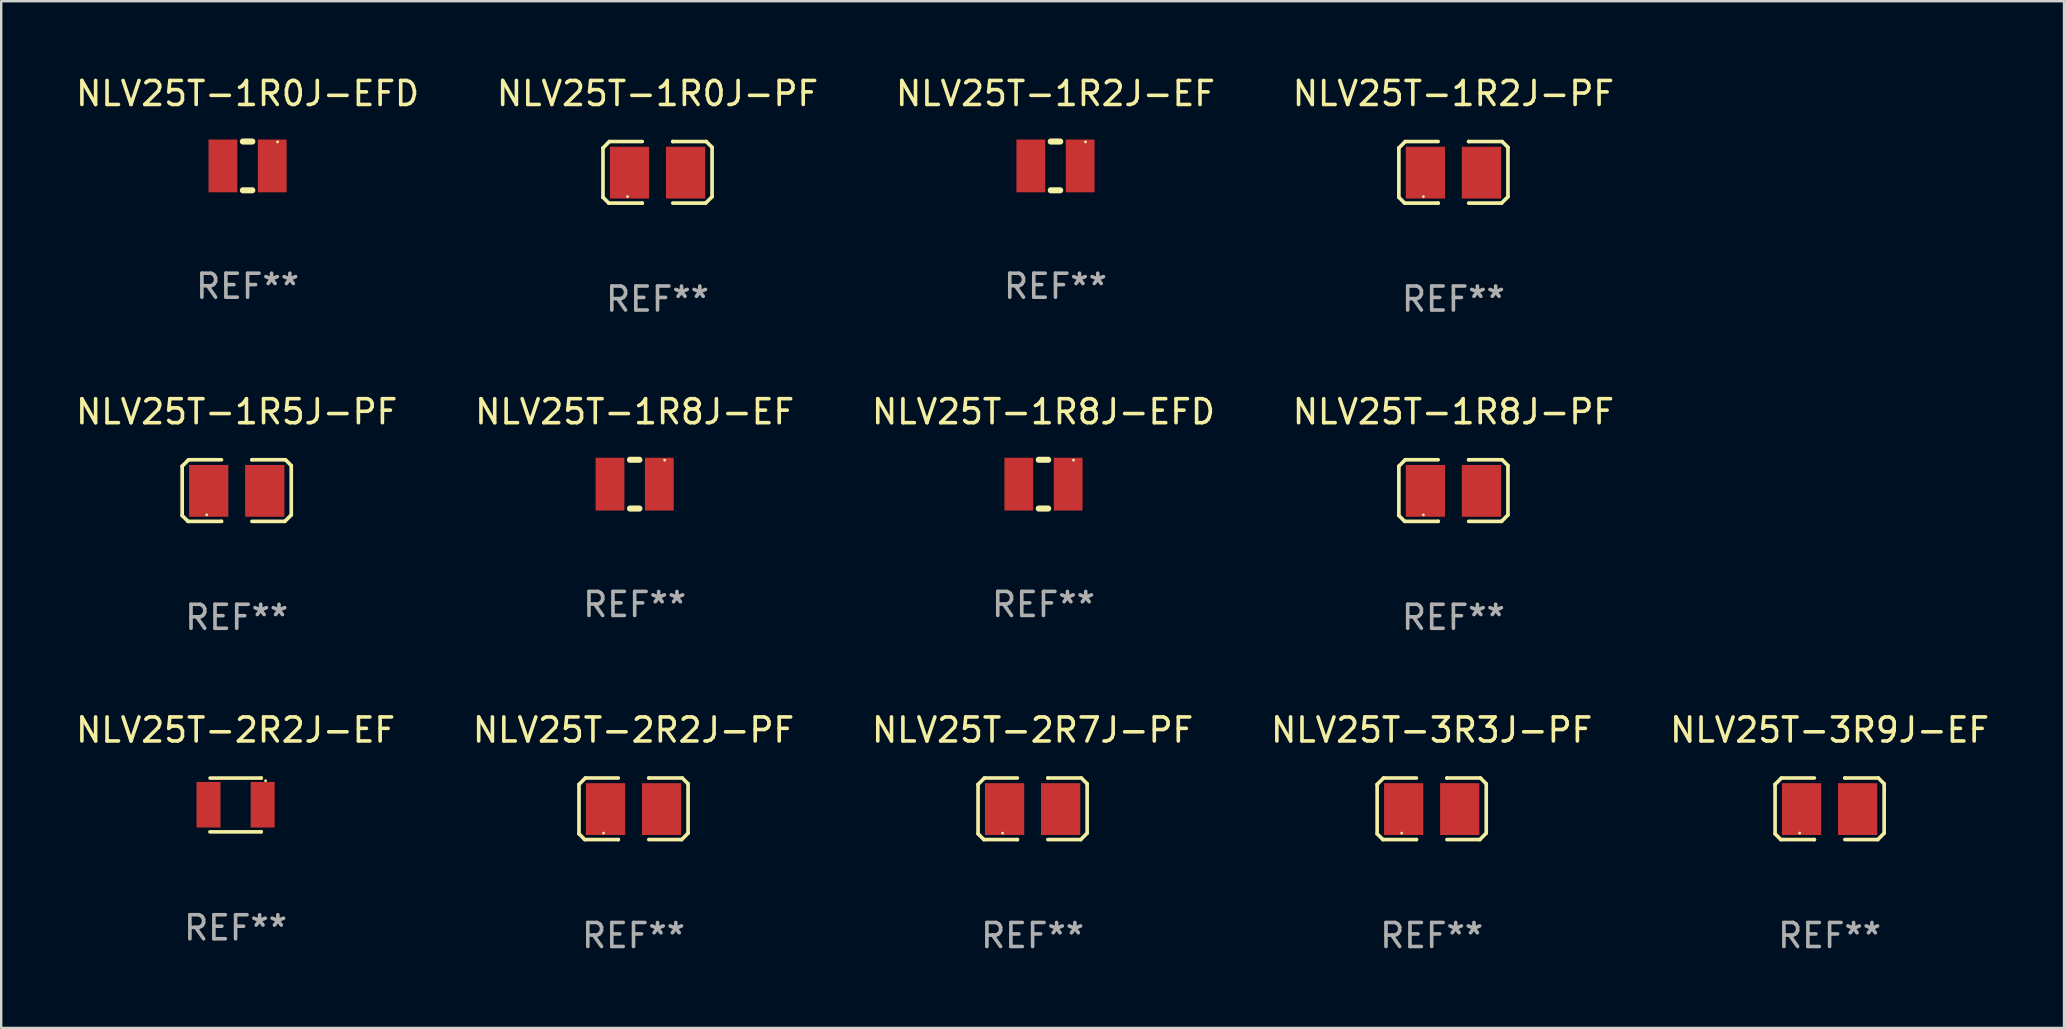
<source format=kicad_pcb>
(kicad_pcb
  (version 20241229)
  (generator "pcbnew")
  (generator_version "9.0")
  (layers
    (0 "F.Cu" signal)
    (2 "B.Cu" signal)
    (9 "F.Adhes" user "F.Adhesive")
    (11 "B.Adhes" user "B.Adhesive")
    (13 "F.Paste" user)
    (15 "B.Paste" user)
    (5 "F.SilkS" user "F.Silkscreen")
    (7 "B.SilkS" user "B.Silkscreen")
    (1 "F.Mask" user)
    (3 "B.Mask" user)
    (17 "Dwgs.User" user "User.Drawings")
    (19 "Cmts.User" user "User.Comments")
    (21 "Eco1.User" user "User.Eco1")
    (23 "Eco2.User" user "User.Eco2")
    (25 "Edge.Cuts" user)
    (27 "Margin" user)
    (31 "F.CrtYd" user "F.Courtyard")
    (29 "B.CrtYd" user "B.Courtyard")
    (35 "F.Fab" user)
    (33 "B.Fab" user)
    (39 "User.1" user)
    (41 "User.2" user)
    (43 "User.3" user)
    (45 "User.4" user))
  (footprint "NLV25T-1R0J-PF"
    (layer "F.Cu")
    (at 24.351 4.131)
    (property "Reference" "NLV25T-1R0J-PF" (at 0 -3.283 0) (layer "F.SilkS") (effects (font (size 1 1) (thickness 0.15))))
    (attr through_hole)
    (fp_line (start -2.273 -1.016) (end -2.007 -1.283) (stroke (width 0.152) (type solid)) (layer "F.SilkS"))
    (fp_line (start -2.273 1.041) (end -2.273 -1.016) (stroke (width 0.152) (type solid)) (layer "F.SilkS"))
    (fp_line (start -2.032 1.283) (end -2.273 1.041) (stroke (width 0.152) (type solid)) (layer "F.SilkS"))
    (fp_line (start -2.007 -1.283) (end -0.635 -1.283) (stroke (width 0.152) (type solid)) (layer "F.SilkS"))
    (fp_line (start -0.635 1.283) (end -2.032 1.283) (stroke (width 0.152) (type solid)) (layer "F.SilkS"))
    (fp_line (start -0.635 1.283) (end -0.635 1.283) (stroke (width 0.152) (type solid)) (layer "F.SilkS"))
    (fp_line (start 0.635 -1.283) (end 0.635 -1.283) (stroke (width 0.152) (type solid)) (layer "F.SilkS"))
    (fp_line (start 0.635 -1.283) (end 2.032 -1.283) (stroke (width 0.152) (type solid)) (layer "F.SilkS"))
    (fp_line (start 2.007 1.283) (end 0.635 1.283) (stroke (width 0.152) (type solid)) (layer "F.SilkS"))
    (fp_line (start 2.032 -1.283) (end 2.273 -1.041) (stroke (width 0.152) (type solid)) (layer "F.SilkS"))
    (fp_line (start 2.273 -1.041) (end 2.273 1.016) (stroke (width 0.152) (type solid)) (layer "F.SilkS"))
    (fp_line (start 2.273 1.016) (end 2.007 1.283) (stroke (width 0.152) (type solid)) (layer "F.SilkS"))
    (fp_circle (center -1.25 1.013) (end -1.22 1.013) (stroke (width 0.06) (type solid)) (fill no) (layer "F.SilkS"))
    (fp_text user "REF**" (at 0 5.283 0) (layer "F.Fab") (effects (font (size 1 1) (thickness 0.15))))
    (pad "1" smd rect (at -1.167 0.013) (size 1.635 2.16) (layers "F.Cu" "F.Mask" "F.Paste"))
    (pad "2" smd rect (at 1.168 0.013) (size 1.635 2.16) (layers "F.Cu" "F.Mask" "F.Paste")))
  (footprint "NLV25T-1R8J-EF"
    (layer "F.Cu")
    (at 23.399 17.126)
    (property "Reference" "NLV25T-1R8J-EF" (at 0 -3.016 0) (layer "F.SilkS") (effects (font (size 1 1) (thickness 0.15))))
    (attr through_hole)
    (fp_line (start -0.197 1.016) (end 0.197 1.016) (stroke (width 0.254) (type solid)) (layer "F.SilkS"))
    (fp_line (start 0.197 -1.016) (end -0.197 -1.016) (stroke (width 0.254) (type solid)) (layer "F.SilkS"))
    (fp_circle (center 1.25 -1) (end 1.28 -1) (stroke (width 0.06) (type solid)) (fill no) (layer "F.SilkS"))
    (fp_text user "REF**" (at 0 5.016 0) (layer "F.Fab") (effects (font (size 1 1) (thickness 0.15))))
    (pad "1" smd rect (at 1.028 0) (size 1.2 2.2) (layers "F.Cu" "F.Mask" "F.Paste"))
    (pad "2" smd rect (at -1.028 0) (size 1.2 2.2) (layers "F.Cu" "F.Mask" "F.Paste")))
  (footprint "NLV25T-1R0J-EFD"
    (layer "F.Cu")
    (at 7.268 3.864)
    (property "Reference" "NLV25T-1R0J-EFD" (at 0 -3.016 0) (layer "F.SilkS") (effects (font (size 1 1) (thickness 0.15))))
    (attr through_hole)
    (fp_line (start -0.197 1.016) (end 0.197 1.016) (stroke (width 0.254) (type solid)) (layer "F.SilkS"))
    (fp_line (start 0.197 -1.016) (end -0.197 -1.016) (stroke (width 0.254) (type solid)) (layer "F.SilkS"))
    (fp_circle (center 1.25 -1) (end 1.28 -1) (stroke (width 0.06) (type solid)) (fill no) (layer "F.SilkS"))
    (fp_text user "REF**" (at 0 5.016 0) (layer "F.Fab") (effects (font (size 1 1) (thickness 0.15))))
    (pad "1" smd rect (at 1.028 0) (size 1.2 2.2) (layers "F.Cu" "F.Mask" "F.Paste"))
    (pad "2" smd rect (at -1.028 0) (size 1.2 2.2) (layers "F.Cu" "F.Mask" "F.Paste")))
  (footprint "NLV25T-3R3J-PF"
    (layer "F.Cu")
    (at 56.613 30.655)
    (property "Reference" "NLV25T-3R3J-PF" (at 0 -3.283 0) (layer "F.SilkS") (effects (font (size 1 1) (thickness 0.15))))
    (attr through_hole)
    (fp_line (start -2.273 -1.016) (end -2.007 -1.283) (stroke (width 0.152) (type solid)) (layer "F.SilkS"))
    (fp_line (start -2.273 1.041) (end -2.273 -1.016) (stroke (width 0.152) (type solid)) (layer "F.SilkS"))
    (fp_line (start -2.032 1.283) (end -2.273 1.041) (stroke (width 0.152) (type solid)) (layer "F.SilkS"))
    (fp_line (start -2.007 -1.283) (end -0.635 -1.283) (stroke (width 0.152) (type solid)) (layer "F.SilkS"))
    (fp_line (start -0.635 1.283) (end -2.032 1.283) (stroke (width 0.152) (type solid)) (layer "F.SilkS"))
    (fp_line (start -0.635 1.283) (end -0.635 1.283) (stroke (width 0.152) (type solid)) (layer "F.SilkS"))
    (fp_line (start 0.635 -1.283) (end 0.635 -1.283) (stroke (width 0.152) (type solid)) (layer "F.SilkS"))
    (fp_line (start 0.635 -1.283) (end 2.032 -1.283) (stroke (width 0.152) (type solid)) (layer "F.SilkS"))
    (fp_line (start 2.007 1.283) (end 0.635 1.283) (stroke (width 0.152) (type solid)) (layer "F.SilkS"))
    (fp_line (start 2.032 -1.283) (end 2.273 -1.041) (stroke (width 0.152) (type solid)) (layer "F.SilkS"))
    (fp_line (start 2.273 -1.041) (end 2.273 1.016) (stroke (width 0.152) (type solid)) (layer "F.SilkS"))
    (fp_line (start 2.273 1.016) (end 2.007 1.283) (stroke (width 0.152) (type solid)) (layer "F.SilkS"))
    (fp_circle (center -1.25 1.013) (end -1.22 1.013) (stroke (width 0.06) (type solid)) (fill no) (layer "F.SilkS"))
    (fp_text user "REF**" (at 0 5.283 0) (layer "F.Fab") (effects (font (size 1 1) (thickness 0.15))))
    (pad "1" smd rect (at -1.167 0.013) (size 1.635 2.16) (layers "F.Cu" "F.Mask" "F.Paste"))
    (pad "2" smd rect (at 1.168 0.013) (size 1.635 2.16) (layers "F.Cu" "F.Mask" "F.Paste")))
  (footprint "NLV25T-1R8J-EFD"
    (layer "F.Cu")
    (at 40.435 17.126)
    (property "Reference" "NLV25T-1R8J-EFD" (at 0 -3.016 0) (layer "F.SilkS") (effects (font (size 1 1) (thickness 0.15))))
    (attr through_hole)
    (fp_line (start -0.197 1.016) (end 0.197 1.016) (stroke (width 0.254) (type solid)) (layer "F.SilkS"))
    (fp_line (start 0.197 -1.016) (end -0.197 -1.016) (stroke (width 0.254) (type solid)) (layer "F.SilkS"))
    (fp_circle (center 1.25 -1) (end 1.28 -1) (stroke (width 0.06) (type solid)) (fill no) (layer "F.SilkS"))
    (fp_text user "REF**" (at 0 5.016 0) (layer "F.Fab") (effects (font (size 1 1) (thickness 0.15))))
    (pad "1" smd rect (at 1.028 0) (size 1.2 2.2) (layers "F.Cu" "F.Mask" "F.Paste"))
    (pad "2" smd rect (at -1.028 0) (size 1.2 2.2) (layers "F.Cu" "F.Mask" "F.Paste")))
  (footprint "NLV25T-3R9J-EF"
    (layer "F.Cu")
    (at 73.196 30.655)
    (property "Reference" "NLV25T-3R9J-EF" (at 0 -3.283 0) (layer "F.SilkS") (effects (font (size 1 1) (thickness 0.15))))
    (attr through_hole)
    (fp_line (start -2.273 -1.016) (end -2.007 -1.283) (stroke (width 0.152) (type solid)) (layer "F.SilkS"))
    (fp_line (start -2.273 1.041) (end -2.273 -1.016) (stroke (width 0.152) (type solid)) (layer "F.SilkS"))
    (fp_line (start -2.032 1.283) (end -2.273 1.041) (stroke (width 0.152) (type solid)) (layer "F.SilkS"))
    (fp_line (start -2.007 -1.283) (end -0.635 -1.283) (stroke (width 0.152) (type solid)) (layer "F.SilkS"))
    (fp_line (start -0.635 1.283) (end -2.032 1.283) (stroke (width 0.152) (type solid)) (layer "F.SilkS"))
    (fp_line (start -0.635 1.283) (end -0.635 1.283) (stroke (width 0.152) (type solid)) (layer "F.SilkS"))
    (fp_line (start 0.635 -1.283) (end 0.635 -1.283) (stroke (width 0.152) (type solid)) (layer "F.SilkS"))
    (fp_line (start 0.635 -1.283) (end 2.032 -1.283) (stroke (width 0.152) (type solid)) (layer "F.SilkS"))
    (fp_line (start 2.007 1.283) (end 0.635 1.283) (stroke (width 0.152) (type solid)) (layer "F.SilkS"))
    (fp_line (start 2.032 -1.283) (end 2.273 -1.041) (stroke (width 0.152) (type solid)) (layer "F.SilkS"))
    (fp_line (start 2.273 -1.041) (end 2.273 1.016) (stroke (width 0.152) (type solid)) (layer "F.SilkS"))
    (fp_line (start 2.273 1.016) (end 2.007 1.283) (stroke (width 0.152) (type solid)) (layer "F.SilkS"))
    (fp_circle (center -1.25 1.013) (end -1.22 1.013) (stroke (width 0.06) (type solid)) (fill no) (layer "F.SilkS"))
    (fp_text user "REF**" (at 0 5.283 0) (layer "F.Fab") (effects (font (size 1 1) (thickness 0.15))))
    (pad "1" smd rect (at -1.167 0.013) (size 1.635 2.16) (layers "F.Cu" "F.Mask" "F.Paste"))
    (pad "2" smd rect (at 1.168 0.013) (size 1.635 2.16) (layers "F.Cu" "F.Mask" "F.Paste")))
  (footprint "NLV25T-1R2J-EF"
    (layer "F.Cu")
    (at 40.935 3.864)
    (property "Reference" "NLV25T-1R2J-EF" (at 0 -3.016 0) (layer "F.SilkS") (effects (font (size 1 1) (thickness 0.15))))
    (attr through_hole)
    (fp_line (start -0.197 1.016) (end 0.197 1.016) (stroke (width 0.254) (type solid)) (layer "F.SilkS"))
    (fp_line (start 0.197 -1.016) (end -0.197 -1.016) (stroke (width 0.254) (type solid)) (layer "F.SilkS"))
    (fp_circle (center 1.25 -1) (end 1.28 -1) (stroke (width 0.06) (type solid)) (fill no) (layer "F.SilkS"))
    (fp_text user "REF**" (at 0 5.016 0) (layer "F.Fab") (effects (font (size 1 1) (thickness 0.15))))
    (pad "1" smd rect (at 1.028 0) (size 1.2 2.2) (layers "F.Cu" "F.Mask" "F.Paste"))
    (pad "2" smd rect (at -1.028 0) (size 1.2 2.2) (layers "F.Cu" "F.Mask" "F.Paste")))
  (footprint "NLV25T-1R2J-PF"
    (layer "F.Cu")
    (at 57.518 4.131)
    (property "Reference" "NLV25T-1R2J-PF" (at 0 -3.283 0) (layer "F.SilkS") (effects (font (size 1 1) (thickness 0.15))))
    (attr through_hole)
    (fp_line (start -2.273 -1.016) (end -2.007 -1.283) (stroke (width 0.152) (type solid)) (layer "F.SilkS"))
    (fp_line (start -2.273 1.041) (end -2.273 -1.016) (stroke (width 0.152) (type solid)) (layer "F.SilkS"))
    (fp_line (start -2.032 1.283) (end -2.273 1.041) (stroke (width 0.152) (type solid)) (layer "F.SilkS"))
    (fp_line (start -2.007 -1.283) (end -0.635 -1.283) (stroke (width 0.152) (type solid)) (layer "F.SilkS"))
    (fp_line (start -0.635 1.283) (end -2.032 1.283) (stroke (width 0.152) (type solid)) (layer "F.SilkS"))
    (fp_line (start -0.635 1.283) (end -0.635 1.283) (stroke (width 0.152) (type solid)) (layer "F.SilkS"))
    (fp_line (start 0.635 -1.283) (end 0.635 -1.283) (stroke (width 0.152) (type solid)) (layer "F.SilkS"))
    (fp_line (start 0.635 -1.283) (end 2.032 -1.283) (stroke (width 0.152) (type solid)) (layer "F.SilkS"))
    (fp_line (start 2.007 1.283) (end 0.635 1.283) (stroke (width 0.152) (type solid)) (layer "F.SilkS"))
    (fp_line (start 2.032 -1.283) (end 2.273 -1.041) (stroke (width 0.152) (type solid)) (layer "F.SilkS"))
    (fp_line (start 2.273 -1.041) (end 2.273 1.016) (stroke (width 0.152) (type solid)) (layer "F.SilkS"))
    (fp_line (start 2.273 1.016) (end 2.007 1.283) (stroke (width 0.152) (type solid)) (layer "F.SilkS"))
    (fp_circle (center -1.25 1.013) (end -1.22 1.013) (stroke (width 0.06) (type solid)) (fill no) (layer "F.SilkS"))
    (fp_text user "REF**" (at 0 5.283 0) (layer "F.Fab") (effects (font (size 1 1) (thickness 0.15))))
    (pad "1" smd rect (at -1.167 0.013) (size 1.635 2.16) (layers "F.Cu" "F.Mask" "F.Paste"))
    (pad "2" smd rect (at 1.168 0.013) (size 1.635 2.16) (layers "F.Cu" "F.Mask" "F.Paste")))
  (footprint "NLV25T-2R2J-EF"
    (layer "F.Cu")
    (at 6.768 30.494)
    (property "Reference" "NLV25T-2R2J-EF" (at 0 -3.122 0) (layer "F.SilkS") (effects (font (size 1 1) (thickness 0.15))))
    (attr through_hole)
    (fp_line (start -1.069 1.122) (end 1.063 1.122) (stroke (width 0.15) (type solid)) (layer "F.SilkS"))
    (fp_line (start -1.063 -1.12) (end 1.069 -1.12) (stroke (width 0.15) (type solid)) (layer "F.SilkS"))
    (fp_line (start 1.063 1.122) (end 1.069 1.115) (stroke (width 0.15) (type solid)) (layer "F.SilkS"))
    (fp_line (start 1.069 -1.12) (end 1.066 -1.122) (stroke (width 0.15) (type solid)) (layer "F.SilkS"))
    (fp_circle (center 1.25 -1.008) (end 1.28 -1.008) (stroke (width 0.06) (type solid)) (fill no) (layer "F.SilkS"))
    (fp_text user "REF**" (at 0 5.122 0) (layer "F.Fab") (effects (font (size 1 1) (thickness 0.15))))
    (pad "1" smd rect (at 1.128 -0.008) (size 1 1.9) (layers "F.Cu" "F.Mask" "F.Paste"))
    (pad "2" smd rect (at -1.128 -0.008) (size 1 1.9) (layers "F.Cu" "F.Mask" "F.Paste")))
  (footprint "NLV25T-2R2J-PF"
    (layer "F.Cu")
    (at 23.351 30.655)
    (property "Reference" "NLV25T-2R2J-PF" (at 0 -3.283 0) (layer "F.SilkS") (effects (font (size 1 1) (thickness 0.15))))
    (attr through_hole)
    (fp_line (start -2.273 -1.016) (end -2.007 -1.283) (stroke (width 0.152) (type solid)) (layer "F.SilkS"))
    (fp_line (start -2.273 1.041) (end -2.273 -1.016) (stroke (width 0.152) (type solid)) (layer "F.SilkS"))
    (fp_line (start -2.032 1.283) (end -2.273 1.041) (stroke (width 0.152) (type solid)) (layer "F.SilkS"))
    (fp_line (start -2.007 -1.283) (end -0.635 -1.283) (stroke (width 0.152) (type solid)) (layer "F.SilkS"))
    (fp_line (start -0.635 1.283) (end -2.032 1.283) (stroke (width 0.152) (type solid)) (layer "F.SilkS"))
    (fp_line (start -0.635 1.283) (end -0.635 1.283) (stroke (width 0.152) (type solid)) (layer "F.SilkS"))
    (fp_line (start 0.635 -1.283) (end 0.635 -1.283) (stroke (width 0.152) (type solid)) (layer "F.SilkS"))
    (fp_line (start 0.635 -1.283) (end 2.032 -1.283) (stroke (width 0.152) (type solid)) (layer "F.SilkS"))
    (fp_line (start 2.007 1.283) (end 0.635 1.283) (stroke (width 0.152) (type solid)) (layer "F.SilkS"))
    (fp_line (start 2.032 -1.283) (end 2.273 -1.041) (stroke (width 0.152) (type solid)) (layer "F.SilkS"))
    (fp_line (start 2.273 -1.041) (end 2.273 1.016) (stroke (width 0.152) (type solid)) (layer "F.SilkS"))
    (fp_line (start 2.273 1.016) (end 2.007 1.283) (stroke (width 0.152) (type solid)) (layer "F.SilkS"))
    (fp_circle (center -1.25 1.013) (end -1.22 1.013) (stroke (width 0.06) (type solid)) (fill no) (layer "F.SilkS"))
    (fp_text user "REF**" (at 0 5.283 0) (layer "F.Fab") (effects (font (size 1 1) (thickness 0.15))))
    (pad "1" smd rect (at -1.167 0.013) (size 1.635 2.16) (layers "F.Cu" "F.Mask" "F.Paste"))
    (pad "2" smd rect (at 1.168 0.013) (size 1.635 2.16) (layers "F.Cu" "F.Mask" "F.Paste")))
  (footprint "NLV25T-1R5J-PF"
    (layer "F.Cu")
    (at 6.815 17.393)
    (property "Reference" "NLV25T-1R5J-PF" (at 0 -3.283 0) (layer "F.SilkS") (effects (font (size 1 1) (thickness 0.15))))
    (attr through_hole)
    (fp_line (start -2.273 -1.016) (end -2.007 -1.283) (stroke (width 0.152) (type solid)) (layer "F.SilkS"))
    (fp_line (start -2.273 1.041) (end -2.273 -1.016) (stroke (width 0.152) (type solid)) (layer "F.SilkS"))
    (fp_line (start -2.032 1.283) (end -2.273 1.041) (stroke (width 0.152) (type solid)) (layer "F.SilkS"))
    (fp_line (start -2.007 -1.283) (end -0.635 -1.283) (stroke (width 0.152) (type solid)) (layer "F.SilkS"))
    (fp_line (start -0.635 1.283) (end -2.032 1.283) (stroke (width 0.152) (type solid)) (layer "F.SilkS"))
    (fp_line (start -0.635 1.283) (end -0.635 1.283) (stroke (width 0.152) (type solid)) (layer "F.SilkS"))
    (fp_line (start 0.635 -1.283) (end 0.635 -1.283) (stroke (width 0.152) (type solid)) (layer "F.SilkS"))
    (fp_line (start 0.635 -1.283) (end 2.032 -1.283) (stroke (width 0.152) (type solid)) (layer "F.SilkS"))
    (fp_line (start 2.007 1.283) (end 0.635 1.283) (stroke (width 0.152) (type solid)) (layer "F.SilkS"))
    (fp_line (start 2.032 -1.283) (end 2.273 -1.041) (stroke (width 0.152) (type solid)) (layer "F.SilkS"))
    (fp_line (start 2.273 -1.041) (end 2.273 1.016) (stroke (width 0.152) (type solid)) (layer "F.SilkS"))
    (fp_line (start 2.273 1.016) (end 2.007 1.283) (stroke (width 0.152) (type solid)) (layer "F.SilkS"))
    (fp_circle (center -1.25 1.013) (end -1.22 1.013) (stroke (width 0.06) (type solid)) (fill no) (layer "F.SilkS"))
    (fp_text user "REF**" (at 0 5.283 0) (layer "F.Fab") (effects (font (size 1 1) (thickness 0.15))))
    (pad "1" smd rect (at -1.167 0.013) (size 1.635 2.16) (layers "F.Cu" "F.Mask" "F.Paste"))
    (pad "2" smd rect (at 1.168 0.013) (size 1.635 2.16) (layers "F.Cu" "F.Mask" "F.Paste")))
  (footprint "NLV25T-2R7J-PF"
    (layer "F.Cu")
    (at 39.982 30.655)
    (property "Reference" "NLV25T-2R7J-PF" (at 0 -3.283 0) (layer "F.SilkS") (effects (font (size 1 1) (thickness 0.15))))
    (attr through_hole)
    (fp_line (start -2.273 -1.016) (end -2.007 -1.283) (stroke (width 0.152) (type solid)) (layer "F.SilkS"))
    (fp_line (start -2.273 1.041) (end -2.273 -1.016) (stroke (width 0.152) (type solid)) (layer "F.SilkS"))
    (fp_line (start -2.032 1.283) (end -2.273 1.041) (stroke (width 0.152) (type solid)) (layer "F.SilkS"))
    (fp_line (start -2.007 -1.283) (end -0.635 -1.283) (stroke (width 0.152) (type solid)) (layer "F.SilkS"))
    (fp_line (start -0.635 1.283) (end -2.032 1.283) (stroke (width 0.152) (type solid)) (layer "F.SilkS"))
    (fp_line (start -0.635 1.283) (end -0.635 1.283) (stroke (width 0.152) (type solid)) (layer "F.SilkS"))
    (fp_line (start 0.635 -1.283) (end 0.635 -1.283) (stroke (width 0.152) (type solid)) (layer "F.SilkS"))
    (fp_line (start 0.635 -1.283) (end 2.032 -1.283) (stroke (width 0.152) (type solid)) (layer "F.SilkS"))
    (fp_line (start 2.007 1.283) (end 0.635 1.283) (stroke (width 0.152) (type solid)) (layer "F.SilkS"))
    (fp_line (start 2.032 -1.283) (end 2.273 -1.041) (stroke (width 0.152) (type solid)) (layer "F.SilkS"))
    (fp_line (start 2.273 -1.041) (end 2.273 1.016) (stroke (width 0.152) (type solid)) (layer "F.SilkS"))
    (fp_line (start 2.273 1.016) (end 2.007 1.283) (stroke (width 0.152) (type solid)) (layer "F.SilkS"))
    (fp_circle (center -1.25 1.013) (end -1.22 1.013) (stroke (width 0.06) (type solid)) (fill no) (layer "F.SilkS"))
    (fp_text user "REF**" (at 0 5.283 0) (layer "F.Fab") (effects (font (size 1 1) (thickness 0.15))))
    (pad "1" smd rect (at -1.167 0.013) (size 1.635 2.16) (layers "F.Cu" "F.Mask" "F.Paste"))
    (pad "2" smd rect (at 1.168 0.013) (size 1.635 2.16) (layers "F.Cu" "F.Mask" "F.Paste")))
  (footprint "NLV25T-1R8J-PF"
    (layer "F.Cu")
    (at 57.518 17.393)
    (property "Reference" "NLV25T-1R8J-PF" (at 0 -3.283 0) (layer "F.SilkS") (effects (font (size 1 1) (thickness 0.15))))
    (attr through_hole)
    (fp_line (start -2.273 -1.016) (end -2.007 -1.283) (stroke (width 0.152) (type solid)) (layer "F.SilkS"))
    (fp_line (start -2.273 1.041) (end -2.273 -1.016) (stroke (width 0.152) (type solid)) (layer "F.SilkS"))
    (fp_line (start -2.032 1.283) (end -2.273 1.041) (stroke (width 0.152) (type solid)) (layer "F.SilkS"))
    (fp_line (start -2.007 -1.283) (end -0.635 -1.283) (stroke (width 0.152) (type solid)) (layer "F.SilkS"))
    (fp_line (start -0.635 1.283) (end -2.032 1.283) (stroke (width 0.152) (type solid)) (layer "F.SilkS"))
    (fp_line (start -0.635 1.283) (end -0.635 1.283) (stroke (width 0.152) (type solid)) (layer "F.SilkS"))
    (fp_line (start 0.635 -1.283) (end 0.635 -1.283) (stroke (width 0.152) (type solid)) (layer "F.SilkS"))
    (fp_line (start 0.635 -1.283) (end 2.032 -1.283) (stroke (width 0.152) (type solid)) (layer "F.SilkS"))
    (fp_line (start 2.007 1.283) (end 0.635 1.283) (stroke (width 0.152) (type solid)) (layer "F.SilkS"))
    (fp_line (start 2.032 -1.283) (end 2.273 -1.041) (stroke (width 0.152) (type solid)) (layer "F.SilkS"))
    (fp_line (start 2.273 -1.041) (end 2.273 1.016) (stroke (width 0.152) (type solid)) (layer "F.SilkS"))
    (fp_line (start 2.273 1.016) (end 2.007 1.283) (stroke (width 0.152) (type solid)) (layer "F.SilkS"))
    (fp_circle (center -1.25 1.013) (end -1.22 1.013) (stroke (width 0.06) (type solid)) (fill no) (layer "F.SilkS"))
    (fp_text user "REF**" (at 0 5.283 0) (layer "F.Fab") (effects (font (size 1 1) (thickness 0.15))))
    (pad "1" smd rect (at -1.167 0.013) (size 1.635 2.16) (layers "F.Cu" "F.Mask" "F.Paste"))
    (pad "2" smd rect (at 1.168 0.013) (size 1.635 2.16) (layers "F.Cu" "F.Mask" "F.Paste")))
  (gr_rect
    (start -3 -3)
    (end 82.964 39.786)
    (stroke (width 0.1) (type default))
    (fill no)
    (layer "Edge.Cuts")))
</source>
